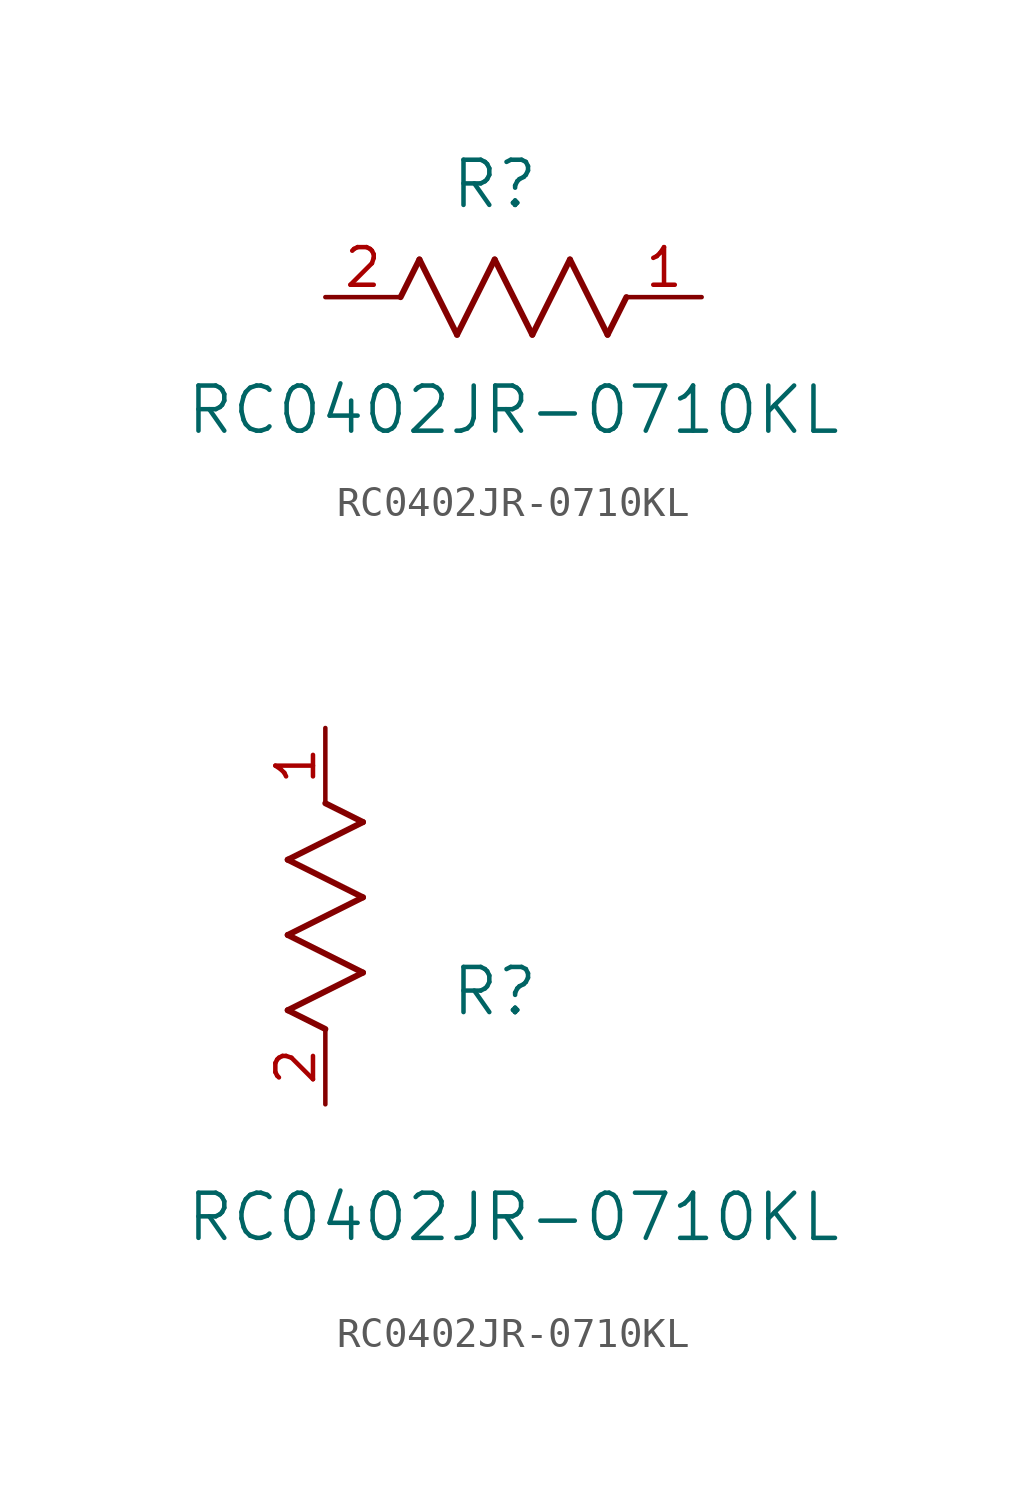
<source format=kicad_sym>
(kicad_symbol_lib
  (version 20231120)
  (generator "kicad_symbol_editor")
  (generator_version "8.0")
  (symbol "RC0402JR-0710KL"
    (pin_names
      (offset 0.254))
    (property "Reference" "R"
      (at 5.715 3.81 0)
      (effects (font (size 1.524 1.524))))
    (property "Value" "RC0402JR-0710KL"
      (at 6.35 -3.81 0)
      (effects (font (size 1.524 1.524))))
    (property "ki_locked" ""
      (at 0 0 0)
      (effects (font (size 1.27 1.27))))
    (symbol "RC0402JR-0710KL_1_1"
      (polyline (pts (xy 2.54 0) (xy 3.175 1.27)) (stroke (width 0.203) (type default)) (fill (type none)))
      (polyline (pts (xy 3.175 1.27) (xy 4.445 -1.27)) (stroke (width 0.203) (type default)) (fill (type none)))
      (polyline (pts (xy 4.445 -1.27) (xy 5.715 1.27)) (stroke (width 0.203) (type default)) (fill (type none)))
      (polyline (pts (xy 5.715 1.27) (xy 6.985 -1.27)) (stroke (width 0.203) (type default)) (fill (type none)))
      (polyline (pts (xy 6.985 -1.27) (xy 8.255 1.27)) (stroke (width 0.203) (type default)) (fill (type none)))
      (polyline (pts (xy 8.255 1.27) (xy 9.525 -1.27)) (stroke (width 0.203) (type default)) (fill (type none)))
      (polyline (pts (xy 9.525 -1.27) (xy 10.16 0)) (stroke (width 0.203) (type default)) (fill (type none)))
      (pin unspecified line (at 12.7 0 180) (length 2.54) (name "" (effects (font (size 1.27 1.27)))) (number "1" (effects (font (size 1.27 1.27)))))
      (pin unspecified line (at 0 0 0) (length 2.54) (name "" (effects (font (size 1.27 1.27)))) (number "2" (effects (font (size 1.27 1.27))))))
    (symbol "RC0402JR-0710KL_1_2"
      (polyline (pts (xy -1.27 3.175) (xy 1.27 4.445)) (stroke (width 0.203) (type default)) (fill (type none)))
      (polyline (pts (xy -1.27 5.715) (xy 1.27 6.985)) (stroke (width 0.203) (type default)) (fill (type none)))
      (polyline (pts (xy -1.27 8.255) (xy 1.27 9.525)) (stroke (width 0.203) (type default)) (fill (type none)))
      (polyline (pts (xy 0 2.54) (xy -1.27 3.175)) (stroke (width 0.203) (type default)) (fill (type none)))
      (polyline (pts (xy 1.27 4.445) (xy -1.27 5.715)) (stroke (width 0.203) (type default)) (fill (type none)))
      (polyline (pts (xy 1.27 6.985) (xy -1.27 8.255)) (stroke (width 0.203) (type default)) (fill (type none)))
      (polyline (pts (xy 1.27 9.525) (xy 0 10.16)) (stroke (width 0.203) (type default)) (fill (type none)))
      (pin unspecified line (at 0 12.7 270) (length 2.54) (name "" (effects (font (size 1.27 1.27)))) (number "1" (effects (font (size 1.27 1.27)))))
      (pin unspecified line (at 0 0 90) (length 2.54) (name "" (effects (font (size 1.27 1.27)))) (number "2" (effects (font (size 1.27 1.27))))))))
</source>
